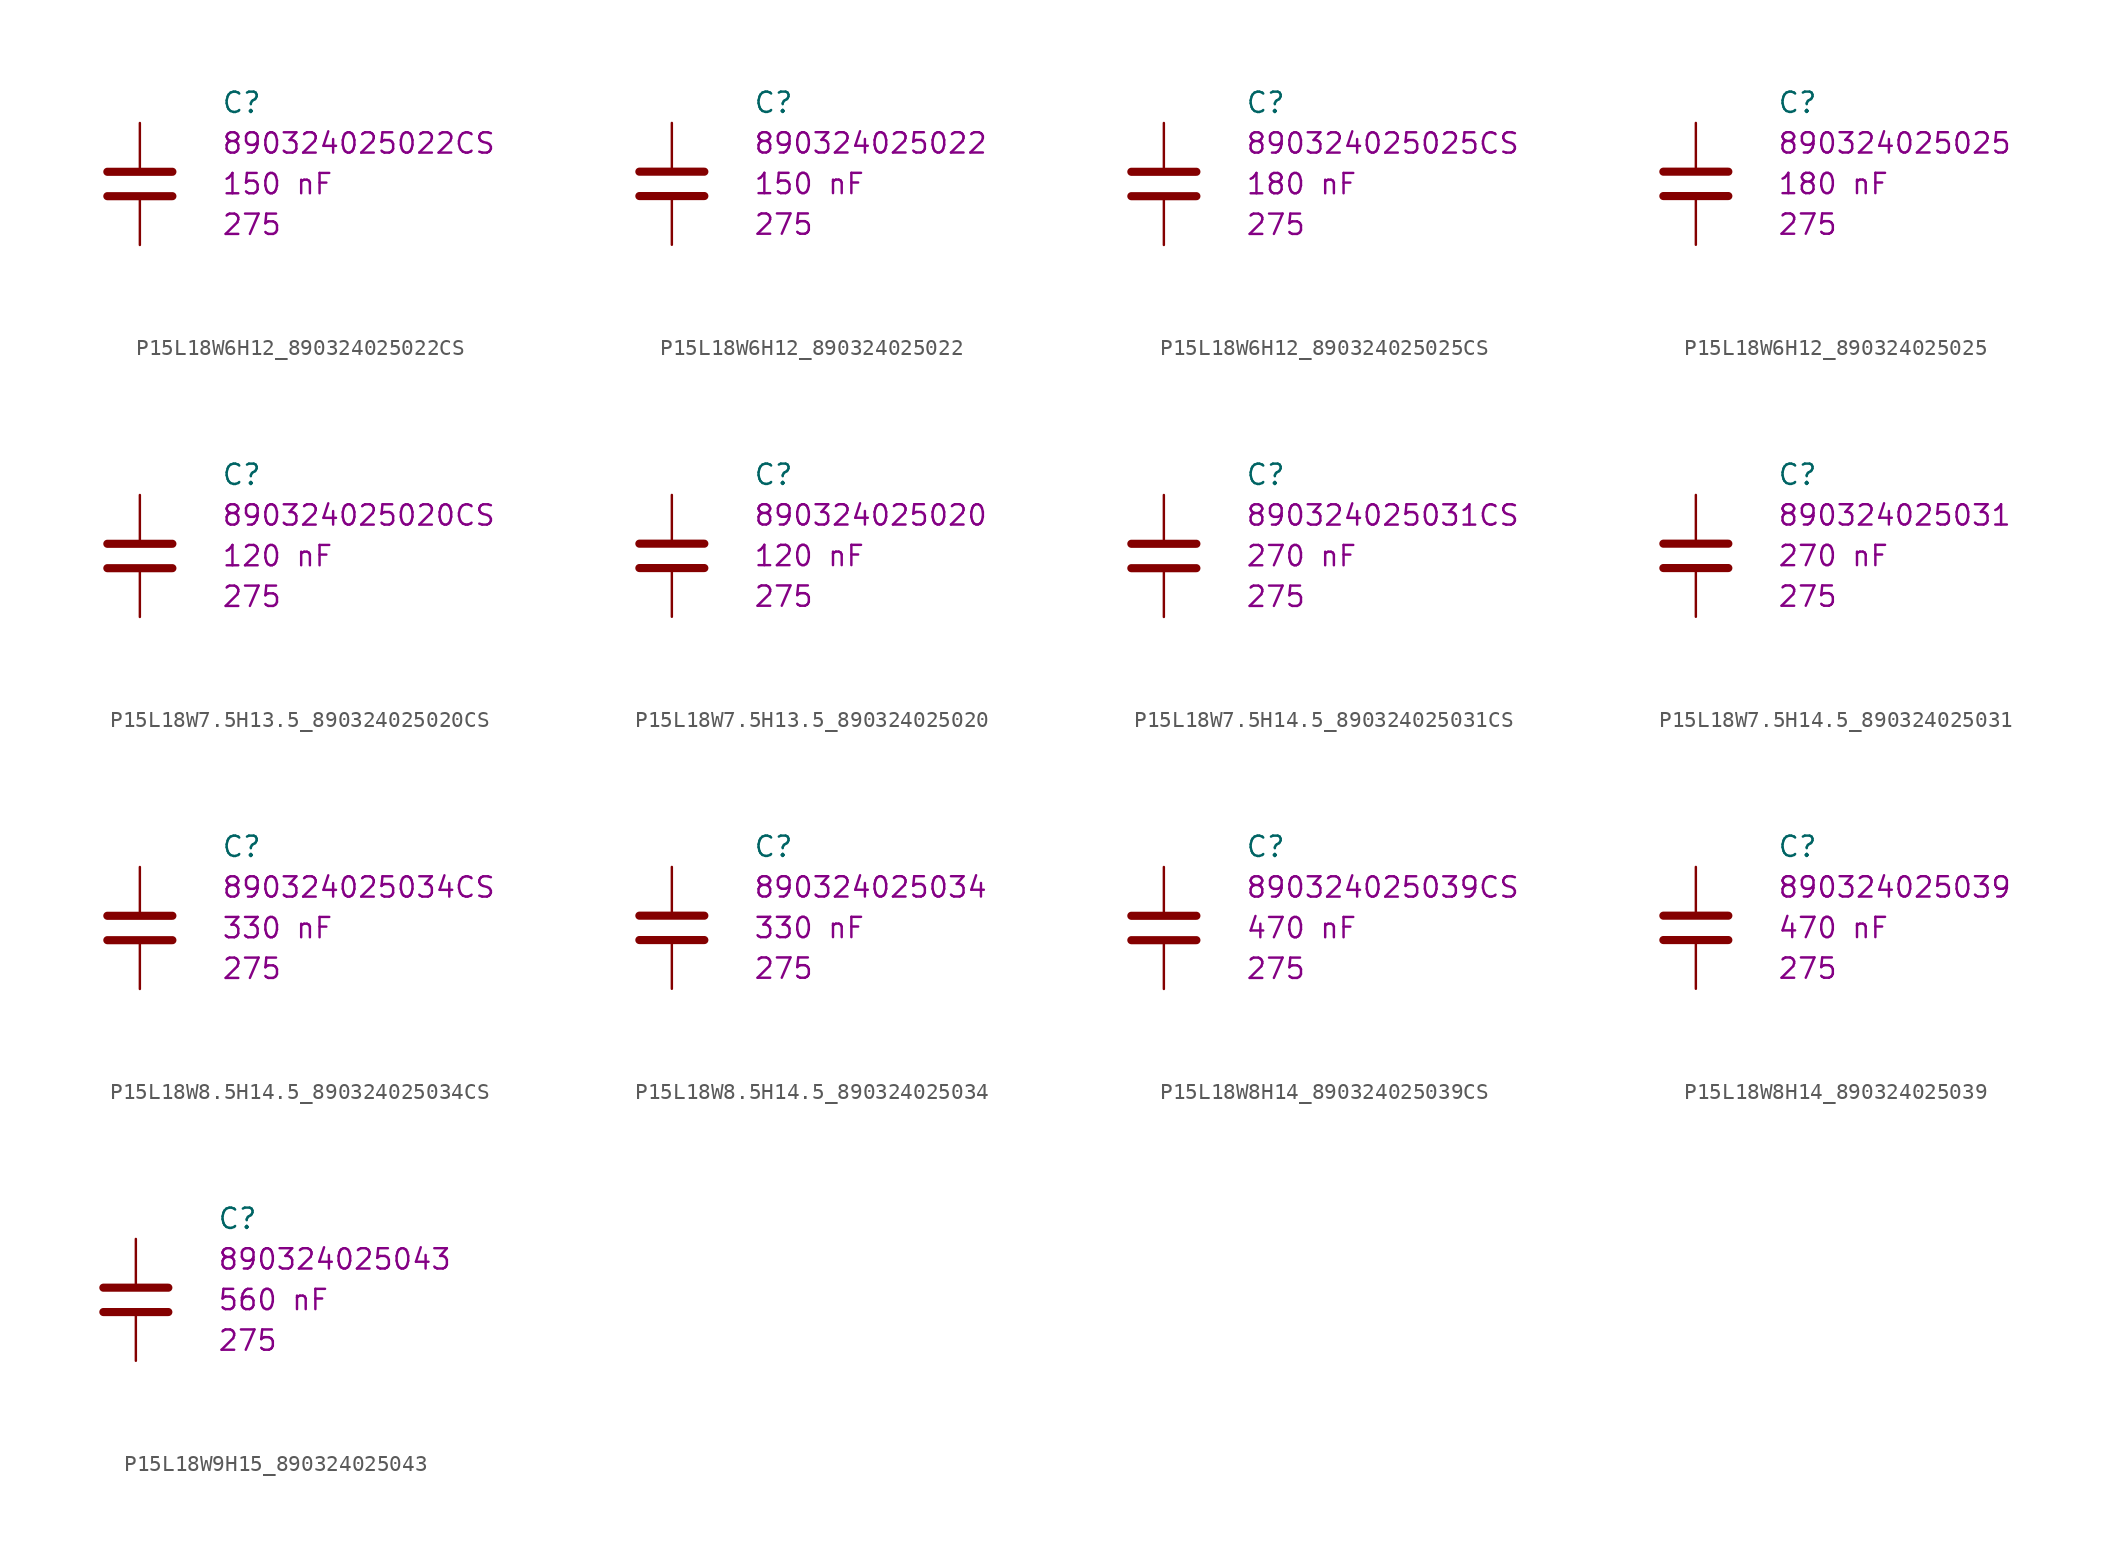
<source format=kicad_sym>
(kicad_symbol_lib
  (version 20220914)
  (generator kicad_symbol_editor)
  (symbol "P15L18W6H12_890324025022CS"
    (pin_numbers hide)
    (pin_names hide)
    (property "Reference" "C"
      (at 5.08 5.08 0)
      (effects (font (size 1.27 1.27)) (justify left)))
    (property "Part Number" "890324025022CS"
      (at 5.08 2.54 0)
      (effects (font (size 1.27 1.27)) (justify left)))
    (property "Capacitance" "150 nF"
      (at 5.08 0 0)
      (effects (font (size 1.27 1.27)) (justify left)))
    (property "Voltage" "275"
      (at 5.08 -2.54 0)
      (effects (font (size 1.27 1.27)) (justify left)))
    (property "Critical Parameter" ""
      (at 0 -7.62 0)
      (effects (font (size 1.27 1.27))))
    (symbol "P15L18W6H12_890324025022CS_0_1"
      (polyline (pts (xy -2.032 -0.762) (xy 2.032 -0.762)) (stroke (width 0.508) (type default)) (fill (type none)))
      (polyline (pts (xy -2.032 0.762) (xy 2.032 0.762)) (stroke (width 0.508) (type default)) (fill (type none))))
    (symbol "P15L18W6H12_890324025022CS_1_1"
      (pin passive line (at 0 3.81 270) (length 2.794) (name "1" (effects (font (size 1.27 1.27)))) (number "1" (effects (font (size 1.27 1.27)))))
      (pin passive line (at 0 -3.81 90) (length 2.794) (name "2" (effects (font (size 1.27 1.27)))) (number "2" (effects (font (size 1.27 1.27)))))))
  (symbol "P15L18W6H12_890324025022"
    (pin_numbers hide)
    (pin_names hide)
    (property "Reference" "C"
      (at 5.08 5.08 0)
      (effects (font (size 1.27 1.27)) (justify left)))
    (property "Part Number" "890324025022"
      (at 5.08 2.54 0)
      (effects (font (size 1.27 1.27)) (justify left)))
    (property "Capacitance" "150 nF"
      (at 5.08 0 0)
      (effects (font (size 1.27 1.27)) (justify left)))
    (property "Voltage" "275"
      (at 5.08 -2.54 0)
      (effects (font (size 1.27 1.27)) (justify left)))
    (property "Critical Parameter" ""
      (at 0 -7.62 0)
      (effects (font (size 1.27 1.27))))
    (symbol "P15L18W6H12_890324025022_0_1"
      (polyline (pts (xy -2.032 -0.762) (xy 2.032 -0.762)) (stroke (width 0.508) (type default)) (fill (type none)))
      (polyline (pts (xy -2.032 0.762) (xy 2.032 0.762)) (stroke (width 0.508) (type default)) (fill (type none))))
    (symbol "P15L18W6H12_890324025022_1_1"
      (pin passive line (at 0 3.81 270) (length 2.794) (name "1" (effects (font (size 1.27 1.27)))) (number "1" (effects (font (size 1.27 1.27)))))
      (pin passive line (at 0 -3.81 90) (length 2.794) (name "2" (effects (font (size 1.27 1.27)))) (number "2" (effects (font (size 1.27 1.27)))))))
  (symbol "P15L18W6H12_890324025025CS"
    (pin_numbers hide)
    (pin_names hide)
    (property "Reference" "C"
      (at 5.08 5.08 0)
      (effects (font (size 1.27 1.27)) (justify left)))
    (property "Part Number" "890324025025CS"
      (at 5.08 2.54 0)
      (effects (font (size 1.27 1.27)) (justify left)))
    (property "Capacitance" "180 nF"
      (at 5.08 0 0)
      (effects (font (size 1.27 1.27)) (justify left)))
    (property "Voltage" "275"
      (at 5.08 -2.54 0)
      (effects (font (size 1.27 1.27)) (justify left)))
    (property "Critical Parameter" ""
      (at 0 -7.62 0)
      (effects (font (size 1.27 1.27))))
    (symbol "P15L18W6H12_890324025025CS_0_1"
      (polyline (pts (xy -2.032 -0.762) (xy 2.032 -0.762)) (stroke (width 0.508) (type default)) (fill (type none)))
      (polyline (pts (xy -2.032 0.762) (xy 2.032 0.762)) (stroke (width 0.508) (type default)) (fill (type none))))
    (symbol "P15L18W6H12_890324025025CS_1_1"
      (pin passive line (at 0 3.81 270) (length 2.794) (name "1" (effects (font (size 1.27 1.27)))) (number "1" (effects (font (size 1.27 1.27)))))
      (pin passive line (at 0 -3.81 90) (length 2.794) (name "2" (effects (font (size 1.27 1.27)))) (number "2" (effects (font (size 1.27 1.27)))))))
  (symbol "P15L18W6H12_890324025025"
    (pin_numbers hide)
    (pin_names hide)
    (property "Reference" "C"
      (at 5.08 5.08 0)
      (effects (font (size 1.27 1.27)) (justify left)))
    (property "Part Number" "890324025025"
      (at 5.08 2.54 0)
      (effects (font (size 1.27 1.27)) (justify left)))
    (property "Capacitance" "180 nF"
      (at 5.08 0 0)
      (effects (font (size 1.27 1.27)) (justify left)))
    (property "Voltage" "275"
      (at 5.08 -2.54 0)
      (effects (font (size 1.27 1.27)) (justify left)))
    (property "Critical Parameter" ""
      (at 0 -7.62 0)
      (effects (font (size 1.27 1.27))))
    (symbol "P15L18W6H12_890324025025_0_1"
      (polyline (pts (xy -2.032 -0.762) (xy 2.032 -0.762)) (stroke (width 0.508) (type default)) (fill (type none)))
      (polyline (pts (xy -2.032 0.762) (xy 2.032 0.762)) (stroke (width 0.508) (type default)) (fill (type none))))
    (symbol "P15L18W6H12_890324025025_1_1"
      (pin passive line (at 0 3.81 270) (length 2.794) (name "1" (effects (font (size 1.27 1.27)))) (number "1" (effects (font (size 1.27 1.27)))))
      (pin passive line (at 0 -3.81 90) (length 2.794) (name "2" (effects (font (size 1.27 1.27)))) (number "2" (effects (font (size 1.27 1.27)))))))
  (symbol "P15L18W7.5H13.5_890324025020CS"
    (pin_numbers hide)
    (pin_names hide)
    (property "Reference" "C"
      (at 5.08 5.08 0)
      (effects (font (size 1.27 1.27)) (justify left)))
    (property "Part Number" "890324025020CS"
      (at 5.08 2.54 0)
      (effects (font (size 1.27 1.27)) (justify left)))
    (property "Capacitance" "120 nF"
      (at 5.08 0 0)
      (effects (font (size 1.27 1.27)) (justify left)))
    (property "Voltage" "275"
      (at 5.08 -2.54 0)
      (effects (font (size 1.27 1.27)) (justify left)))
    (property "Critical Parameter" ""
      (at 0 -7.62 0)
      (effects (font (size 1.27 1.27))))
    (symbol "P15L18W7.5H13.5_890324025020CS_0_1"
      (polyline (pts (xy -2.032 -0.762) (xy 2.032 -0.762)) (stroke (width 0.508) (type default)) (fill (type none)))
      (polyline (pts (xy -2.032 0.762) (xy 2.032 0.762)) (stroke (width 0.508) (type default)) (fill (type none))))
    (symbol "P15L18W7.5H13.5_890324025020CS_1_1"
      (pin passive line (at 0 3.81 270) (length 2.794) (name "1" (effects (font (size 1.27 1.27)))) (number "1" (effects (font (size 1.27 1.27)))))
      (pin passive line (at 0 -3.81 90) (length 2.794) (name "2" (effects (font (size 1.27 1.27)))) (number "2" (effects (font (size 1.27 1.27)))))))
  (symbol "P15L18W7.5H13.5_890324025020"
    (pin_numbers hide)
    (pin_names hide)
    (property "Reference" "C"
      (at 5.08 5.08 0)
      (effects (font (size 1.27 1.27)) (justify left)))
    (property "Part Number" "890324025020"
      (at 5.08 2.54 0)
      (effects (font (size 1.27 1.27)) (justify left)))
    (property "Capacitance" "120 nF"
      (at 5.08 0 0)
      (effects (font (size 1.27 1.27)) (justify left)))
    (property "Voltage" "275"
      (at 5.08 -2.54 0)
      (effects (font (size 1.27 1.27)) (justify left)))
    (property "Critical Parameter" ""
      (at 0 -7.62 0)
      (effects (font (size 1.27 1.27))))
    (symbol "P15L18W7.5H13.5_890324025020_0_1"
      (polyline (pts (xy -2.032 -0.762) (xy 2.032 -0.762)) (stroke (width 0.508) (type default)) (fill (type none)))
      (polyline (pts (xy -2.032 0.762) (xy 2.032 0.762)) (stroke (width 0.508) (type default)) (fill (type none))))
    (symbol "P15L18W7.5H13.5_890324025020_1_1"
      (pin passive line (at 0 3.81 270) (length 2.794) (name "1" (effects (font (size 1.27 1.27)))) (number "1" (effects (font (size 1.27 1.27)))))
      (pin passive line (at 0 -3.81 90) (length 2.794) (name "2" (effects (font (size 1.27 1.27)))) (number "2" (effects (font (size 1.27 1.27)))))))
  (symbol "P15L18W7.5H14.5_890324025031CS"
    (pin_numbers hide)
    (pin_names hide)
    (property "Reference" "C"
      (at 5.08 5.08 0)
      (effects (font (size 1.27 1.27)) (justify left)))
    (property "Part Number" "890324025031CS"
      (at 5.08 2.54 0)
      (effects (font (size 1.27 1.27)) (justify left)))
    (property "Capacitance" "270 nF"
      (at 5.08 0 0)
      (effects (font (size 1.27 1.27)) (justify left)))
    (property "Voltage" "275"
      (at 5.08 -2.54 0)
      (effects (font (size 1.27 1.27)) (justify left)))
    (property "Critical Parameter" ""
      (at 0 -7.62 0)
      (effects (font (size 1.27 1.27))))
    (symbol "P15L18W7.5H14.5_890324025031CS_0_1"
      (polyline (pts (xy -2.032 -0.762) (xy 2.032 -0.762)) (stroke (width 0.508) (type default)) (fill (type none)))
      (polyline (pts (xy -2.032 0.762) (xy 2.032 0.762)) (stroke (width 0.508) (type default)) (fill (type none))))
    (symbol "P15L18W7.5H14.5_890324025031CS_1_1"
      (pin passive line (at 0 3.81 270) (length 2.794) (name "1" (effects (font (size 1.27 1.27)))) (number "1" (effects (font (size 1.27 1.27)))))
      (pin passive line (at 0 -3.81 90) (length 2.794) (name "2" (effects (font (size 1.27 1.27)))) (number "2" (effects (font (size 1.27 1.27)))))))
  (symbol "P15L18W7.5H14.5_890324025031"
    (pin_numbers hide)
    (pin_names hide)
    (property "Reference" "C"
      (at 5.08 5.08 0)
      (effects (font (size 1.27 1.27)) (justify left)))
    (property "Part Number" "890324025031"
      (at 5.08 2.54 0)
      (effects (font (size 1.27 1.27)) (justify left)))
    (property "Capacitance" "270 nF"
      (at 5.08 0 0)
      (effects (font (size 1.27 1.27)) (justify left)))
    (property "Voltage" "275"
      (at 5.08 -2.54 0)
      (effects (font (size 1.27 1.27)) (justify left)))
    (property "Critical Parameter" ""
      (at 0 -7.62 0)
      (effects (font (size 1.27 1.27))))
    (symbol "P15L18W7.5H14.5_890324025031_0_1"
      (polyline (pts (xy -2.032 -0.762) (xy 2.032 -0.762)) (stroke (width 0.508) (type default)) (fill (type none)))
      (polyline (pts (xy -2.032 0.762) (xy 2.032 0.762)) (stroke (width 0.508) (type default)) (fill (type none))))
    (symbol "P15L18W7.5H14.5_890324025031_1_1"
      (pin passive line (at 0 3.81 270) (length 2.794) (name "1" (effects (font (size 1.27 1.27)))) (number "1" (effects (font (size 1.27 1.27)))))
      (pin passive line (at 0 -3.81 90) (length 2.794) (name "2" (effects (font (size 1.27 1.27)))) (number "2" (effects (font (size 1.27 1.27)))))))
  (symbol "P15L18W8.5H14.5_890324025034CS"
    (pin_numbers hide)
    (pin_names hide)
    (property "Reference" "C"
      (at 5.08 5.08 0)
      (effects (font (size 1.27 1.27)) (justify left)))
    (property "Part Number" "890324025034CS"
      (at 5.08 2.54 0)
      (effects (font (size 1.27 1.27)) (justify left)))
    (property "Capacitance" "330 nF"
      (at 5.08 0 0)
      (effects (font (size 1.27 1.27)) (justify left)))
    (property "Voltage" "275"
      (at 5.08 -2.54 0)
      (effects (font (size 1.27 1.27)) (justify left)))
    (property "Critical Parameter" ""
      (at 0 -7.62 0)
      (effects (font (size 1.27 1.27))))
    (symbol "P15L18W8.5H14.5_890324025034CS_0_1"
      (polyline (pts (xy -2.032 -0.762) (xy 2.032 -0.762)) (stroke (width 0.508) (type default)) (fill (type none)))
      (polyline (pts (xy -2.032 0.762) (xy 2.032 0.762)) (stroke (width 0.508) (type default)) (fill (type none))))
    (symbol "P15L18W8.5H14.5_890324025034CS_1_1"
      (pin passive line (at 0 3.81 270) (length 2.794) (name "1" (effects (font (size 1.27 1.27)))) (number "1" (effects (font (size 1.27 1.27)))))
      (pin passive line (at 0 -3.81 90) (length 2.794) (name "2" (effects (font (size 1.27 1.27)))) (number "2" (effects (font (size 1.27 1.27)))))))
  (symbol "P15L18W8.5H14.5_890324025034"
    (pin_numbers hide)
    (pin_names hide)
    (property "Reference" "C"
      (at 5.08 5.08 0)
      (effects (font (size 1.27 1.27)) (justify left)))
    (property "Part Number" "890324025034"
      (at 5.08 2.54 0)
      (effects (font (size 1.27 1.27)) (justify left)))
    (property "Capacitance" "330 nF"
      (at 5.08 0 0)
      (effects (font (size 1.27 1.27)) (justify left)))
    (property "Voltage" "275"
      (at 5.08 -2.54 0)
      (effects (font (size 1.27 1.27)) (justify left)))
    (property "Critical Parameter" ""
      (at 0 -7.62 0)
      (effects (font (size 1.27 1.27))))
    (symbol "P15L18W8.5H14.5_890324025034_0_1"
      (polyline (pts (xy -2.032 -0.762) (xy 2.032 -0.762)) (stroke (width 0.508) (type default)) (fill (type none)))
      (polyline (pts (xy -2.032 0.762) (xy 2.032 0.762)) (stroke (width 0.508) (type default)) (fill (type none))))
    (symbol "P15L18W8.5H14.5_890324025034_1_1"
      (pin passive line (at 0 3.81 270) (length 2.794) (name "1" (effects (font (size 1.27 1.27)))) (number "1" (effects (font (size 1.27 1.27)))))
      (pin passive line (at 0 -3.81 90) (length 2.794) (name "2" (effects (font (size 1.27 1.27)))) (number "2" (effects (font (size 1.27 1.27)))))))
  (symbol "P15L18W8H14_890324025039CS"
    (pin_numbers hide)
    (pin_names hide)
    (property "Reference" "C"
      (at 5.08 5.08 0)
      (effects (font (size 1.27 1.27)) (justify left)))
    (property "Part Number" "890324025039CS"
      (at 5.08 2.54 0)
      (effects (font (size 1.27 1.27)) (justify left)))
    (property "Capacitance" "470 nF"
      (at 5.08 0 0)
      (effects (font (size 1.27 1.27)) (justify left)))
    (property "Voltage" "275"
      (at 5.08 -2.54 0)
      (effects (font (size 1.27 1.27)) (justify left)))
    (property "Critical Parameter" ""
      (at 0 -7.62 0)
      (effects (font (size 1.27 1.27))))
    (symbol "P15L18W8H14_890324025039CS_0_1"
      (polyline (pts (xy -2.032 -0.762) (xy 2.032 -0.762)) (stroke (width 0.508) (type default)) (fill (type none)))
      (polyline (pts (xy -2.032 0.762) (xy 2.032 0.762)) (stroke (width 0.508) (type default)) (fill (type none))))
    (symbol "P15L18W8H14_890324025039CS_1_1"
      (pin passive line (at 0 3.81 270) (length 2.794) (name "1" (effects (font (size 1.27 1.27)))) (number "1" (effects (font (size 1.27 1.27)))))
      (pin passive line (at 0 -3.81 90) (length 2.794) (name "2" (effects (font (size 1.27 1.27)))) (number "2" (effects (font (size 1.27 1.27)))))))
  (symbol "P15L18W8H14_890324025039"
    (pin_numbers hide)
    (pin_names hide)
    (property "Reference" "C"
      (at 5.08 5.08 0)
      (effects (font (size 1.27 1.27)) (justify left)))
    (property "Part Number" "890324025039"
      (at 5.08 2.54 0)
      (effects (font (size 1.27 1.27)) (justify left)))
    (property "Capacitance" "470 nF"
      (at 5.08 0 0)
      (effects (font (size 1.27 1.27)) (justify left)))
    (property "Voltage" "275"
      (at 5.08 -2.54 0)
      (effects (font (size 1.27 1.27)) (justify left)))
    (property "Critical Parameter" ""
      (at 0 -7.62 0)
      (effects (font (size 1.27 1.27))))
    (symbol "P15L18W8H14_890324025039_0_1"
      (polyline (pts (xy -2.032 -0.762) (xy 2.032 -0.762)) (stroke (width 0.508) (type default)) (fill (type none)))
      (polyline (pts (xy -2.032 0.762) (xy 2.032 0.762)) (stroke (width 0.508) (type default)) (fill (type none))))
    (symbol "P15L18W8H14_890324025039_1_1"
      (pin passive line (at 0 3.81 270) (length 2.794) (name "1" (effects (font (size 1.27 1.27)))) (number "1" (effects (font (size 1.27 1.27)))))
      (pin passive line (at 0 -3.81 90) (length 2.794) (name "2" (effects (font (size 1.27 1.27)))) (number "2" (effects (font (size 1.27 1.27)))))))
  (symbol "P15L18W9H15_890324025043"
    (pin_numbers hide)
    (pin_names hide)
    (property "Reference" "C"
      (at 5.08 5.08 0)
      (effects (font (size 1.27 1.27)) (justify left)))
    (property "Part Number" "890324025043"
      (at 5.08 2.54 0)
      (effects (font (size 1.27 1.27)) (justify left)))
    (property "Capacitance" "560 nF"
      (at 5.08 0 0)
      (effects (font (size 1.27 1.27)) (justify left)))
    (property "Voltage" "275"
      (at 5.08 -2.54 0)
      (effects (font (size 1.27 1.27)) (justify left)))
    (property "Critical Parameter" ""
      (at 0 -7.62 0)
      (effects (font (size 1.27 1.27))))
    (symbol "P15L18W9H15_890324025043_0_1"
      (polyline (pts (xy -2.032 -0.762) (xy 2.032 -0.762)) (stroke (width 0.508) (type default)) (fill (type none)))
      (polyline (pts (xy -2.032 0.762) (xy 2.032 0.762)) (stroke (width 0.508) (type default)) (fill (type none))))
    (symbol "P15L18W9H15_890324025043_1_1"
      (pin passive line (at 0 3.81 270) (length 2.794) (name "1" (effects (font (size 1.27 1.27)))) (number "1" (effects (font (size 1.27 1.27)))))
      (pin passive line (at 0 -3.81 90) (length 2.794) (name "2" (effects (font (size 1.27 1.27)))) (number "2" (effects (font (size 1.27 1.27))))))))
</source>
